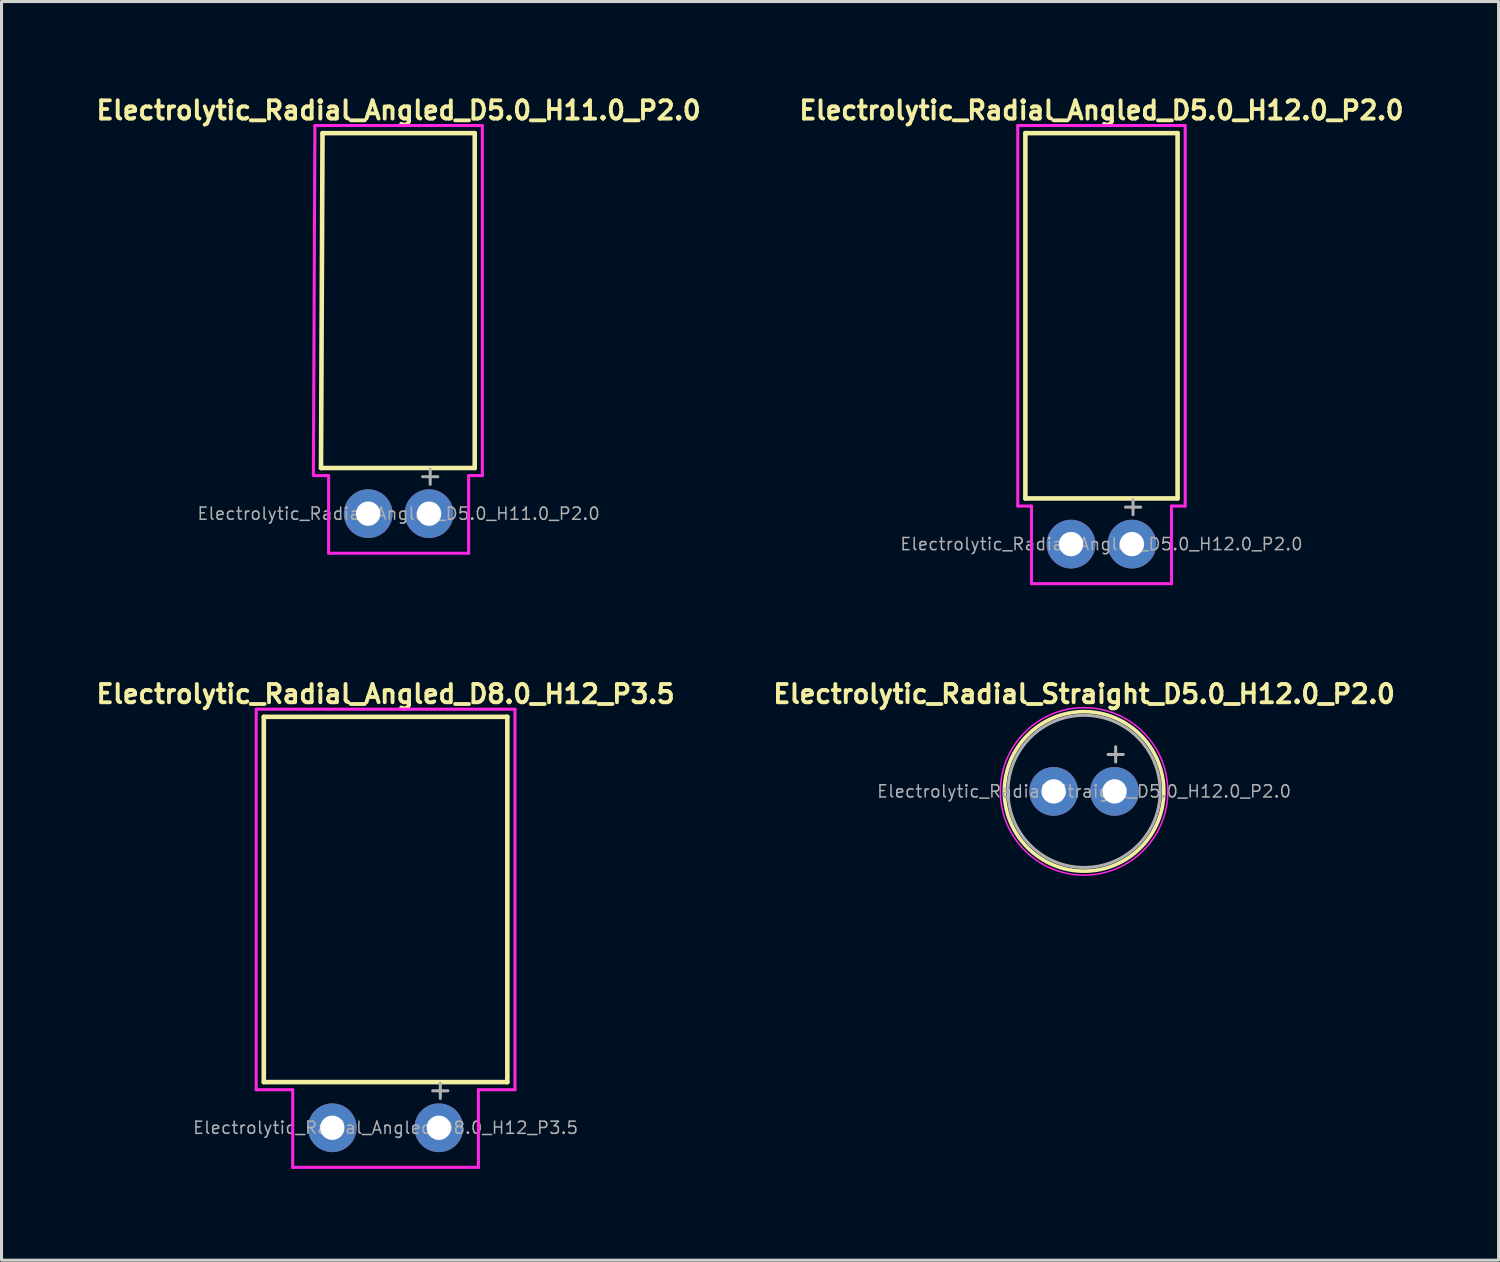
<source format=kicad_pcb>
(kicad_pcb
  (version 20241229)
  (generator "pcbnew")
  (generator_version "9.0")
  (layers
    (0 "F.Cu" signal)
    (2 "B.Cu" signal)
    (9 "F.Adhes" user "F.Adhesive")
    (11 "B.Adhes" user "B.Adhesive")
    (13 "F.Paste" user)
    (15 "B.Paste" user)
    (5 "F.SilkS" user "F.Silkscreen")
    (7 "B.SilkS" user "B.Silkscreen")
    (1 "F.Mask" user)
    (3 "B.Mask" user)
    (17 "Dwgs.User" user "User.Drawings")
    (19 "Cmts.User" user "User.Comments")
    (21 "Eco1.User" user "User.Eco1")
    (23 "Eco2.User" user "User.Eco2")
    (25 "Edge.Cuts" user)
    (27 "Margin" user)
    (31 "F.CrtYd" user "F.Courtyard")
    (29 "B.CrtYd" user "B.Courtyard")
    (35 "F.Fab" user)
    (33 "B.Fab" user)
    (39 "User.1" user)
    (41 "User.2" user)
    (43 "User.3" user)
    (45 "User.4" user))
  (footprint "Electrolytic_Radial_Angled_D5.0_H11.0_P2.0"
    (layer "F.Cu")
    (at 10.045 13.824)
    (property "Reference" "Electrolytic_Radial_Angled_D5.0_H11.0_P2.0" (at 0 -13.25 0) (layer "F.SilkS") (effects (font (size 0.6 0.6) (thickness 0.127))))
    (attr through_hole)
    (fp_line (start -2.55 -1.5) (end -2.5 -12.5) (stroke (width 0.15) (type solid)) (layer "F.SilkS"))
    (fp_line (start -2.5 -12.5) (end 2.5 -12.5) (stroke (width 0.15) (type solid)) (layer "F.SilkS"))
    (fp_line (start 2.5 -1.5) (end -2.55 -1.5) (stroke (width 0.15) (type solid)) (layer "F.SilkS"))
    (fp_line (start 2.5 -1.5) (end 2.5 -12.5) (stroke (width 0.15) (type solid)) (layer "F.SilkS"))
    (fp_line (start -2.75 -12.75) (end -2.8 -1.25) (stroke (width 0.1) (type solid)) (layer "F.CrtYd"))
    (fp_line (start -2.3 -1.25) (end -2.75 -1.25) (stroke (width 0.1) (type solid)) (layer "F.CrtYd"))
    (fp_line (start -2.3 1.3) (end -2.3 -1.25) (stroke (width 0.1) (type solid)) (layer "F.CrtYd"))
    (fp_line (start -2.3 1.3) (end 2.3 1.3) (stroke (width 0.1) (type solid)) (layer "F.CrtYd"))
    (fp_line (start 2.3 -1.25) (end 2.75 -1.25) (stroke (width 0.1) (type solid)) (layer "F.CrtYd"))
    (fp_line (start 2.3 1.3) (end 2.3 -1.25) (stroke (width 0.1) (type solid)) (layer "F.CrtYd"))
    (fp_line (start 2.75 -12.75) (end -2.75 -12.75) (stroke (width 0.1) (type solid)) (layer "F.CrtYd"))
    (fp_line (start 2.75 -1.25) (end 2.75 -12.75) (stroke (width 0.1) (type solid)) (layer "F.CrtYd"))
    (fp_line (start 0.787 -1.214) (end 1.287 -1.214) (stroke (width 0.1) (type solid)) (layer "F.Fab"))
    (fp_line (start 1.037 -1.464) (end 1.037 -0.965) (stroke (width 0.1) (type solid)) (layer "F.Fab"))
    (fp_text user "${REFERENCE}" (at 0 0 0) (layer "F.Fab") (effects (font (size 0.4 0.4) (thickness 0.05))))
    (pad "1" thru_hole circle (at 1 0) (size 1.6 1.6) (drill 0.8) (layers "*.Cu" "*.Mask"))
    (pad "2" thru_hole circle (at -1 0) (size 1.6 1.6) (drill 0.8) (layers "*.Cu" "*.Mask")))
  (footprint "Electrolytic_Radial_Angled_D5.0_H12.0_P2.0"
    (layer "F.Cu")
    (at 33.134 14.824)
    (property "Reference" "Electrolytic_Radial_Angled_D5.0_H12.0_P2.0" (at 0 -14.25 0) (layer "F.SilkS") (effects (font (size 0.6 0.6) (thickness 0.127))))
    (attr through_hole)
    (fp_line (start -2.5 -13.5) (end 2.5 -13.5) (stroke (width 0.15) (type solid)) (layer "F.SilkS"))
    (fp_line (start -2.5 -1.5) (end -2.5 -13.5) (stroke (width 0.15) (type solid)) (layer "F.SilkS"))
    (fp_line (start 2.5 -1.5) (end -2.5 -1.5) (stroke (width 0.15) (type solid)) (layer "F.SilkS"))
    (fp_line (start 2.5 -1.5) (end 2.5 -13.5) (stroke (width 0.15) (type solid)) (layer "F.SilkS"))
    (fp_line (start -2.75 -13.75) (end -2.75 -1.25) (stroke (width 0.1) (type solid)) (layer "F.CrtYd"))
    (fp_line (start -2.3 -1.25) (end -2.75 -1.25) (stroke (width 0.1) (type solid)) (layer "F.CrtYd"))
    (fp_line (start -2.3 1.3) (end -2.3 -1.25) (stroke (width 0.1) (type solid)) (layer "F.CrtYd"))
    (fp_line (start -2.3 1.3) (end 2.3 1.3) (stroke (width 0.1) (type solid)) (layer "F.CrtYd"))
    (fp_line (start 2.3 -1.25) (end 2.75 -1.25) (stroke (width 0.1) (type solid)) (layer "F.CrtYd"))
    (fp_line (start 2.3 1.3) (end 2.3 -1.25) (stroke (width 0.1) (type solid)) (layer "F.CrtYd"))
    (fp_line (start 2.75 -13.75) (end -2.75 -13.75) (stroke (width 0.1) (type solid)) (layer "F.CrtYd"))
    (fp_line (start 2.75 -1.25) (end 2.75 -13.75) (stroke (width 0.1) (type solid)) (layer "F.CrtYd"))
    (fp_line (start 0.787 -1.214) (end 1.287 -1.214) (stroke (width 0.1) (type solid)) (layer "F.Fab"))
    (fp_line (start 1.037 -1.464) (end 1.037 -0.965) (stroke (width 0.1) (type solid)) (layer "F.Fab"))
    (fp_text user "${REFERENCE}" (at 0 0 0) (layer "F.Fab") (effects (font (size 0.4 0.4) (thickness 0.05))))
    (pad "1" thru_hole circle (at 1 0) (size 1.6 1.6) (drill 0.8) (layers "*.Cu" "*.Mask"))
    (pad "2" thru_hole circle (at -1 0) (size 1.6 1.6) (drill 0.8) (layers "*.Cu" "*.Mask")))
  (footprint "Electrolytic_Radial_Straight_D5.0_H12.0_P2.0"
    (layer "F.Cu")
    (at 32.563 22.948)
    (property "Reference" "Electrolytic_Radial_Straight_D5.0_H12.0_P2.0" (at 0 -3.2 0) (layer "F.SilkS") (effects (font (size 0.6 0.6) (thickness 0.127))))
    (attr through_hole)
    (fp_circle (center 0 0) (end 2.62 0) (stroke (width 0.12) (type solid)) (fill no) (layer "F.SilkS"))
    (fp_circle (center 0 0) (end 2.75 0) (stroke (width 0.05) (type solid)) (fill no) (layer "F.CrtYd"))
    (fp_line (start 0.787 -1.214) (end 1.287 -1.214) (stroke (width 0.1) (type solid)) (layer "F.Fab"))
    (fp_line (start 1.037 -1.464) (end 1.037 -0.965) (stroke (width 0.1) (type solid)) (layer "F.Fab"))
    (fp_circle (center 0 0) (end 2.5 0) (stroke (width 0.1) (type solid)) (fill no) (layer "F.Fab"))
    (fp_text user "${REFERENCE}" (at 0 0 0) (layer "F.Fab") (effects (font (size 0.4 0.4) (thickness 0.05))))
    (pad "1" thru_hole circle (at 1 0) (size 1.6 1.6) (drill 0.8) (layers "*.Cu" "*.Mask"))
    (pad "2" thru_hole circle (at -1 0) (size 1.6 1.6) (drill 0.8) (layers "*.Cu" "*.Mask")))
  (footprint "Electrolytic_Radial_Angled_D8.0_H12_P3.5"
    (layer "F.Cu")
    (at 9.616 33.998)
    (property "Reference" "Electrolytic_Radial_Angled_D8.0_H12_P3.5" (at 0 -14.25 0) (layer "F.SilkS") (effects (font (size 0.6 0.6) (thickness 0.127))))
    (attr through_hole)
    (fp_line (start -4 -13.5) (end 4 -13.5) (stroke (width 0.15) (type solid)) (layer "F.SilkS"))
    (fp_line (start -4 -1.5) (end -4 -13.5) (stroke (width 0.15) (type solid)) (layer "F.SilkS"))
    (fp_line (start 4 -1.5) (end -4 -1.5) (stroke (width 0.15) (type solid)) (layer "F.SilkS"))
    (fp_line (start 4 -1.5) (end 4 -13.5) (stroke (width 0.15) (type solid)) (layer "F.SilkS"))
    (fp_line (start -4.25 -13.75) (end -4.25 -1.25) (stroke (width 0.1) (type solid)) (layer "F.CrtYd"))
    (fp_line (start -3.05 -1.25) (end -4.25 -1.25) (stroke (width 0.1) (type solid)) (layer "F.CrtYd"))
    (fp_line (start -3.05 1.3) (end -3.05 -1.25) (stroke (width 0.1) (type solid)) (layer "F.CrtYd"))
    (fp_line (start -3.05 1.3) (end 3.05 1.3) (stroke (width 0.1) (type solid)) (layer "F.CrtYd"))
    (fp_line (start 3.05 -1.25) (end 4.25 -1.25) (stroke (width 0.1) (type solid)) (layer "F.CrtYd"))
    (fp_line (start 3.05 1.3) (end 3.05 -1.25) (stroke (width 0.1) (type solid)) (layer "F.CrtYd"))
    (fp_line (start 4.25 -13.75) (end -4.25 -13.75) (stroke (width 0.1) (type solid)) (layer "F.CrtYd"))
    (fp_line (start 4.25 -1.25) (end 4.25 -13.75) (stroke (width 0.1) (type solid)) (layer "F.CrtYd"))
    (fp_line (start 1.549 -1.214) (end 2.049 -1.214) (stroke (width 0.1) (type solid)) (layer "F.Fab"))
    (fp_line (start 1.799 -1.464) (end 1.799 -0.965) (stroke (width 0.1) (type solid)) (layer "F.Fab"))
    (fp_text user "${REFERENCE}" (at 0 0 0) (layer "F.Fab") (effects (font (size 0.4 0.4) (thickness 0.05))))
    (pad "1" thru_hole circle (at 1.75 0) (size 1.6 1.6) (drill 0.8) (layers "*.Cu" "*.Mask"))
    (pad "2" thru_hole circle (at -1.75 0) (size 1.6 1.6) (drill 0.8) (layers "*.Cu" "*.Mask")))
  (gr_rect
    (start -3 -3)
    (end 46.179 38.348)
    (stroke (width 0.1) (type default))
    (fill no)
    (layer "Edge.Cuts")))
</source>
